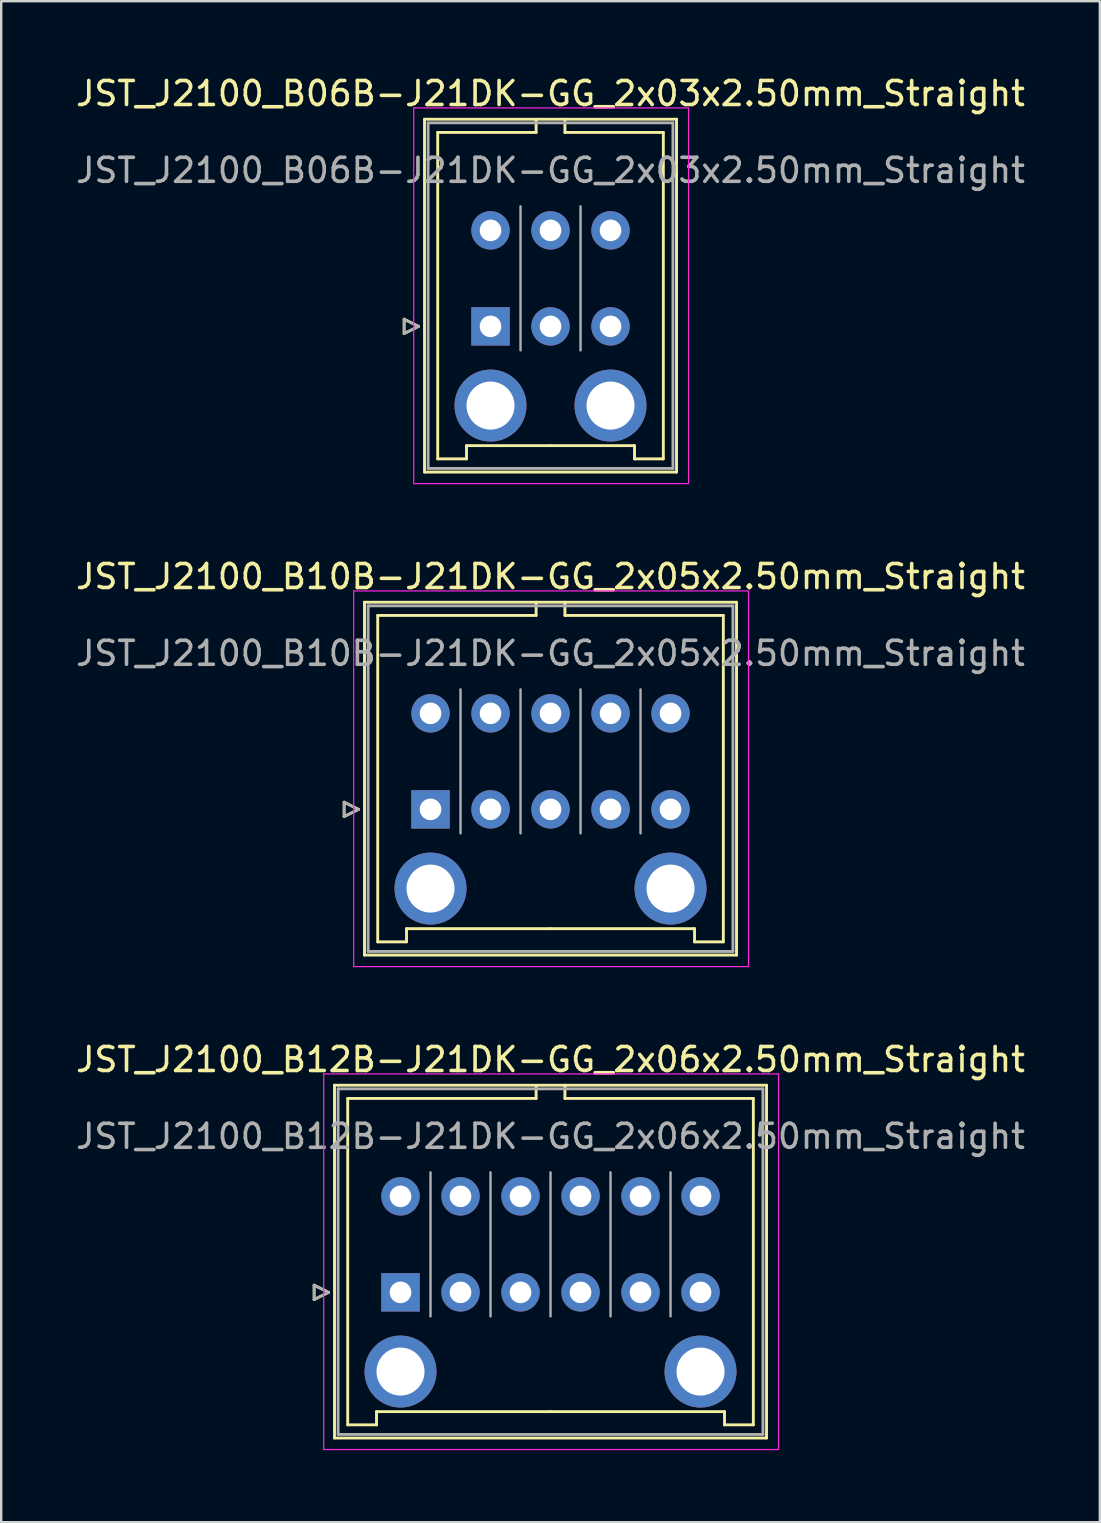
<source format=kicad_pcb>
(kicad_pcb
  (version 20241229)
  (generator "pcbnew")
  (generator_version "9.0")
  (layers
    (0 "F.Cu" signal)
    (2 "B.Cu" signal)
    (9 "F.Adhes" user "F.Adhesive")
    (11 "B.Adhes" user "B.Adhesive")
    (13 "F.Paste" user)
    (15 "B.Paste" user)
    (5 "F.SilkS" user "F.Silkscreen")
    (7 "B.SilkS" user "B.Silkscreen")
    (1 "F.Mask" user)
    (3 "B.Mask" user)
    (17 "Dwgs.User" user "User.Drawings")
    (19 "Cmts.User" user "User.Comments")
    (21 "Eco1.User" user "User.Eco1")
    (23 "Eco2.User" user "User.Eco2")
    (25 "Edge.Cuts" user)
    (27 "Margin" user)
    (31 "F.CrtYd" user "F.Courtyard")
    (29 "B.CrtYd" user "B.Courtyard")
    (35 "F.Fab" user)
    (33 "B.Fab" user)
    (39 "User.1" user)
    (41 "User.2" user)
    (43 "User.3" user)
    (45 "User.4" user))
  (footprint "JST_J2100_B10B-J21DK-GG_2x05x2.50mm_Straight"
    (layer "F.Cu")
    (at 14.887 30.672)
    (property "Reference" "JST_J2100_B10B-J21DK-GG_2x05x2.50mm_Straight" (at 5 -9.7 0) (layer "F.SilkS") (effects (font (size 1 1) (thickness 0.15))))
    (attr through_hole)
    (fp_line (start -3.6 -0.3) (end -3 0) (stroke (width 0.12) (type solid)) (layer "F.SilkS"))
    (fp_line (start -3.6 0.3) (end -3.6 -0.3) (stroke (width 0.12) (type solid)) (layer "F.SilkS"))
    (fp_line (start -3 0) (end -3.6 0.3) (stroke (width 0.12) (type solid)) (layer "F.SilkS"))
    (fp_line (start -2.75 -8.63) (end -2.75 6.07) (stroke (width 0.12) (type solid)) (layer "F.SilkS"))
    (fp_line (start -2.75 6.07) (end 12.75 6.07) (stroke (width 0.12) (type solid)) (layer "F.SilkS"))
    (fp_line (start -2.2 -8.08) (end -2.2 5.52) (stroke (width 0.12) (type solid)) (layer "F.SilkS"))
    (fp_line (start -2.2 5.52) (end -1 5.52) (stroke (width 0.12) (type solid)) (layer "F.SilkS"))
    (fp_line (start -1 4.97) (end 5 4.97) (stroke (width 0.12) (type solid)) (layer "F.SilkS"))
    (fp_line (start -1 5.52) (end -1 4.97) (stroke (width 0.12) (type solid)) (layer "F.SilkS"))
    (fp_line (start 4.4 -8.63) (end 4.4 -8.08) (stroke (width 0.12) (type solid)) (layer "F.SilkS"))
    (fp_line (start 4.4 -8.08) (end -2.2 -8.08) (stroke (width 0.12) (type solid)) (layer "F.SilkS"))
    (fp_line (start 5.6 -8.63) (end 5.6 -8.08) (stroke (width 0.12) (type solid)) (layer "F.SilkS"))
    (fp_line (start 5.6 -8.08) (end 12.2 -8.08) (stroke (width 0.12) (type solid)) (layer "F.SilkS"))
    (fp_line (start 11 4.97) (end 5 4.97) (stroke (width 0.12) (type solid)) (layer "F.SilkS"))
    (fp_line (start 11 5.52) (end 11 4.97) (stroke (width 0.12) (type solid)) (layer "F.SilkS"))
    (fp_line (start 12.2 -8.08) (end 12.2 5.52) (stroke (width 0.12) (type solid)) (layer "F.SilkS"))
    (fp_line (start 12.2 5.52) (end 11 5.52) (stroke (width 0.12) (type solid)) (layer "F.SilkS"))
    (fp_line (start 12.75 -8.63) (end -2.75 -8.63) (stroke (width 0.12) (type solid)) (layer "F.SilkS"))
    (fp_line (start 12.75 6.07) (end 12.75 -8.63) (stroke (width 0.12) (type solid)) (layer "F.SilkS"))
    (fp_line (start -3.2 -9.1) (end -3.2 6.55) (stroke (width 0.05) (type solid)) (layer "F.CrtYd"))
    (fp_line (start -3.2 6.55) (end 13.25 6.55) (stroke (width 0.05) (type solid)) (layer "F.CrtYd"))
    (fp_line (start 13.25 -9.1) (end -3.2 -9.1) (stroke (width 0.05) (type solid)) (layer "F.CrtYd"))
    (fp_line (start 13.25 6.55) (end 13.25 -9.1) (stroke (width 0.05) (type solid)) (layer "F.CrtYd"))
    (fp_line (start -3.6 -0.3) (end -3 0) (stroke (width 0.1) (type solid)) (layer "F.Fab"))
    (fp_line (start -3.6 0.3) (end -3.6 -0.3) (stroke (width 0.1) (type solid)) (layer "F.Fab"))
    (fp_line (start -3 0) (end -3.6 0.3) (stroke (width 0.1) (type solid)) (layer "F.Fab"))
    (fp_line (start -2.6 -8.48) (end -2.6 5.92) (stroke (width 0.12) (type solid)) (layer "F.Fab"))
    (fp_line (start -2.6 5.92) (end 12.6 5.92) (stroke (width 0.12) (type solid)) (layer "F.Fab"))
    (fp_line (start 1.25 1) (end 1.25 -5) (stroke (width 0.1) (type solid)) (layer "F.Fab"))
    (fp_line (start 3.75 1) (end 3.75 -5) (stroke (width 0.1) (type solid)) (layer "F.Fab"))
    (fp_line (start 6.25 1) (end 6.25 -5) (stroke (width 0.1) (type solid)) (layer "F.Fab"))
    (fp_line (start 8.75 1) (end 8.75 -5) (stroke (width 0.1) (type solid)) (layer "F.Fab"))
    (fp_line (start 12.6 -8.48) (end -2.6 -8.48) (stroke (width 0.12) (type solid)) (layer "F.Fab"))
    (fp_line (start 12.6 5.92) (end 12.6 -8.48) (stroke (width 0.12) (type solid)) (layer "F.Fab"))
    (fp_text user "${REFERENCE}" (at 5 -6.5 0) (layer "F.Fab") (effects (font (size 1 1) (thickness 0.15))))
    (pad "" thru_hole circle (at 0 3.3) (size 3 3) (drill 2) (layers "*.Cu" "*.Mask"))
    (pad "" thru_hole circle (at 10 3.3) (size 3 3) (drill 2) (layers "*.Cu" "*.Mask"))
    (pad "1" thru_hole rect (at 0 0) (size 1.6 1.6) (drill 0.9) (layers "*.Cu" "*.Mask"))
    (pad "2" thru_hole circle (at 0 -4) (size 1.6 1.6) (drill 0.9) (layers "*.Cu" "*.Mask"))
    (pad "3" thru_hole circle (at 2.5 0) (size 1.6 1.6) (drill 0.9) (layers "*.Cu" "*.Mask"))
    (pad "4" thru_hole circle (at 2.5 -4) (size 1.6 1.6) (drill 0.9) (layers "*.Cu" "*.Mask"))
    (pad "5" thru_hole circle (at 5 0) (size 1.6 1.6) (drill 0.9) (layers "*.Cu" "*.Mask"))
    (pad "6" thru_hole circle (at 5 -4) (size 1.6 1.6) (drill 0.9) (layers "*.Cu" "*.Mask"))
    (pad "7" thru_hole circle (at 7.5 0) (size 1.6 1.6) (drill 0.9) (layers "*.Cu" "*.Mask"))
    (pad "8" thru_hole circle (at 7.5 -4) (size 1.6 1.6) (drill 0.9) (layers "*.Cu" "*.Mask"))
    (pad "9" thru_hole circle (at 10 0) (size 1.6 1.6) (drill 0.9) (layers "*.Cu" "*.Mask"))
    (pad "10" thru_hole circle (at 10 -4) (size 1.6 1.6) (drill 0.9) (layers "*.Cu" "*.Mask")))
  (footprint "JST_J2100_B12B-J21DK-GG_2x06x2.50mm_Straight"
    (layer "F.Cu")
    (at 13.637 50.795)
    (property "Reference" "JST_J2100_B12B-J21DK-GG_2x06x2.50mm_Straight" (at 6.25 -9.7 0) (layer "F.SilkS") (effects (font (size 1 1) (thickness 0.15))))
    (attr through_hole)
    (fp_line (start -3.6 -0.3) (end -3 0) (stroke (width 0.12) (type solid)) (layer "F.SilkS"))
    (fp_line (start -3.6 0.3) (end -3.6 -0.3) (stroke (width 0.12) (type solid)) (layer "F.SilkS"))
    (fp_line (start -3 0) (end -3.6 0.3) (stroke (width 0.12) (type solid)) (layer "F.SilkS"))
    (fp_line (start -2.75 -8.63) (end -2.75 6.07) (stroke (width 0.12) (type solid)) (layer "F.SilkS"))
    (fp_line (start -2.75 6.07) (end 15.25 6.07) (stroke (width 0.12) (type solid)) (layer "F.SilkS"))
    (fp_line (start -2.2 -8.08) (end -2.2 5.52) (stroke (width 0.12) (type solid)) (layer "F.SilkS"))
    (fp_line (start -2.2 5.52) (end -1 5.52) (stroke (width 0.12) (type solid)) (layer "F.SilkS"))
    (fp_line (start -1 4.97) (end 6.25 4.97) (stroke (width 0.12) (type solid)) (layer "F.SilkS"))
    (fp_line (start -1 5.52) (end -1 4.97) (stroke (width 0.12) (type solid)) (layer "F.SilkS"))
    (fp_line (start 5.65 -8.63) (end 5.65 -8.08) (stroke (width 0.12) (type solid)) (layer "F.SilkS"))
    (fp_line (start 5.65 -8.08) (end -2.2 -8.08) (stroke (width 0.12) (type solid)) (layer "F.SilkS"))
    (fp_line (start 6.85 -8.63) (end 6.85 -8.08) (stroke (width 0.12) (type solid)) (layer "F.SilkS"))
    (fp_line (start 6.85 -8.08) (end 14.7 -8.08) (stroke (width 0.12) (type solid)) (layer "F.SilkS"))
    (fp_line (start 13.5 4.97) (end 6.25 4.97) (stroke (width 0.12) (type solid)) (layer "F.SilkS"))
    (fp_line (start 13.5 5.52) (end 13.5 4.97) (stroke (width 0.12) (type solid)) (layer "F.SilkS"))
    (fp_line (start 14.7 -8.08) (end 14.7 5.52) (stroke (width 0.12) (type solid)) (layer "F.SilkS"))
    (fp_line (start 14.7 5.52) (end 13.5 5.52) (stroke (width 0.12) (type solid)) (layer "F.SilkS"))
    (fp_line (start 15.25 -8.63) (end -2.75 -8.63) (stroke (width 0.12) (type solid)) (layer "F.SilkS"))
    (fp_line (start 15.25 6.07) (end 15.25 -8.63) (stroke (width 0.12) (type solid)) (layer "F.SilkS"))
    (fp_line (start -3.2 -9.1) (end -3.2 6.55) (stroke (width 0.05) (type solid)) (layer "F.CrtYd"))
    (fp_line (start -3.2 6.55) (end 15.75 6.55) (stroke (width 0.05) (type solid)) (layer "F.CrtYd"))
    (fp_line (start 15.75 -9.1) (end -3.2 -9.1) (stroke (width 0.05) (type solid)) (layer "F.CrtYd"))
    (fp_line (start 15.75 6.55) (end 15.75 -9.1) (stroke (width 0.05) (type solid)) (layer "F.CrtYd"))
    (fp_line (start -3.6 -0.3) (end -3 0) (stroke (width 0.1) (type solid)) (layer "F.Fab"))
    (fp_line (start -3.6 0.3) (end -3.6 -0.3) (stroke (width 0.1) (type solid)) (layer "F.Fab"))
    (fp_line (start -3 0) (end -3.6 0.3) (stroke (width 0.1) (type solid)) (layer "F.Fab"))
    (fp_line (start -2.6 -8.48) (end -2.6 5.92) (stroke (width 0.12) (type solid)) (layer "F.Fab"))
    (fp_line (start -2.6 5.92) (end 15.1 5.92) (stroke (width 0.12) (type solid)) (layer "F.Fab"))
    (fp_line (start 1.25 1) (end 1.25 -5) (stroke (width 0.1) (type solid)) (layer "F.Fab"))
    (fp_line (start 3.75 1) (end 3.75 -5) (stroke (width 0.1) (type solid)) (layer "F.Fab"))
    (fp_line (start 6.25 1) (end 6.25 -5) (stroke (width 0.1) (type solid)) (layer "F.Fab"))
    (fp_line (start 8.75 1) (end 8.75 -5) (stroke (width 0.1) (type solid)) (layer "F.Fab"))
    (fp_line (start 11.25 1) (end 11.25 -5) (stroke (width 0.1) (type solid)) (layer "F.Fab"))
    (fp_line (start 15.1 -8.48) (end -2.6 -8.48) (stroke (width 0.12) (type solid)) (layer "F.Fab"))
    (fp_line (start 15.1 5.92) (end 15.1 -8.48) (stroke (width 0.12) (type solid)) (layer "F.Fab"))
    (fp_text user "${REFERENCE}" (at 6.25 -6.5 0) (layer "F.Fab") (effects (font (size 1 1) (thickness 0.15))))
    (pad "" thru_hole circle (at 0 3.3) (size 3 3) (drill 2) (layers "*.Cu" "*.Mask"))
    (pad "" thru_hole circle (at 12.5 3.3) (size 3 3) (drill 2) (layers "*.Cu" "*.Mask"))
    (pad "1" thru_hole rect (at 0 0) (size 1.6 1.6) (drill 0.9) (layers "*.Cu" "*.Mask"))
    (pad "2" thru_hole circle (at 0 -4) (size 1.6 1.6) (drill 0.9) (layers "*.Cu" "*.Mask"))
    (pad "3" thru_hole circle (at 2.5 0) (size 1.6 1.6) (drill 0.9) (layers "*.Cu" "*.Mask"))
    (pad "4" thru_hole circle (at 2.5 -4) (size 1.6 1.6) (drill 0.9) (layers "*.Cu" "*.Mask"))
    (pad "5" thru_hole circle (at 5 0) (size 1.6 1.6) (drill 0.9) (layers "*.Cu" "*.Mask"))
    (pad "6" thru_hole circle (at 5 -4) (size 1.6 1.6) (drill 0.9) (layers "*.Cu" "*.Mask"))
    (pad "7" thru_hole circle (at 7.5 0) (size 1.6 1.6) (drill 0.9) (layers "*.Cu" "*.Mask"))
    (pad "8" thru_hole circle (at 7.5 -4) (size 1.6 1.6) (drill 0.9) (layers "*.Cu" "*.Mask"))
    (pad "9" thru_hole circle (at 10 0) (size 1.6 1.6) (drill 0.9) (layers "*.Cu" "*.Mask"))
    (pad "10" thru_hole circle (at 10 -4) (size 1.6 1.6) (drill 0.9) (layers "*.Cu" "*.Mask"))
    (pad "11" thru_hole circle (at 12.5 0) (size 1.6 1.6) (drill 0.9) (layers "*.Cu" "*.Mask"))
    (pad "12" thru_hole circle (at 12.5 -4) (size 1.6 1.6) (drill 0.9) (layers "*.Cu" "*.Mask")))
  (footprint "JST_J2100_B06B-J21DK-GG_2x03x2.50mm_Straight"
    (layer "F.Cu")
    (at 17.387 10.548)
    (property "Reference" "JST_J2100_B06B-J21DK-GG_2x03x2.50mm_Straight" (at 2.5 -9.7 0) (layer "F.SilkS") (effects (font (size 1 1) (thickness 0.15))))
    (attr through_hole)
    (fp_line (start -3.6 -0.3) (end -3 0) (stroke (width 0.12) (type solid)) (layer "F.SilkS"))
    (fp_line (start -3.6 0.3) (end -3.6 -0.3) (stroke (width 0.12) (type solid)) (layer "F.SilkS"))
    (fp_line (start -3 0) (end -3.6 0.3) (stroke (width 0.12) (type solid)) (layer "F.SilkS"))
    (fp_line (start -2.75 -8.63) (end -2.75 6.07) (stroke (width 0.12) (type solid)) (layer "F.SilkS"))
    (fp_line (start -2.75 6.07) (end 7.75 6.07) (stroke (width 0.12) (type solid)) (layer "F.SilkS"))
    (fp_line (start -2.2 -8.08) (end -2.2 5.52) (stroke (width 0.12) (type solid)) (layer "F.SilkS"))
    (fp_line (start -2.2 5.52) (end -1 5.52) (stroke (width 0.12) (type solid)) (layer "F.SilkS"))
    (fp_line (start -1 4.97) (end 2.5 4.97) (stroke (width 0.12) (type solid)) (layer "F.SilkS"))
    (fp_line (start -1 5.52) (end -1 4.97) (stroke (width 0.12) (type solid)) (layer "F.SilkS"))
    (fp_line (start 1.9 -8.63) (end 1.9 -8.08) (stroke (width 0.12) (type solid)) (layer "F.SilkS"))
    (fp_line (start 1.9 -8.08) (end -2.2 -8.08) (stroke (width 0.12) (type solid)) (layer "F.SilkS"))
    (fp_line (start 3.1 -8.63) (end 3.1 -8.08) (stroke (width 0.12) (type solid)) (layer "F.SilkS"))
    (fp_line (start 3.1 -8.08) (end 7.2 -8.08) (stroke (width 0.12) (type solid)) (layer "F.SilkS"))
    (fp_line (start 6 4.97) (end 2.5 4.97) (stroke (width 0.12) (type solid)) (layer "F.SilkS"))
    (fp_line (start 6 5.52) (end 6 4.97) (stroke (width 0.12) (type solid)) (layer "F.SilkS"))
    (fp_line (start 7.2 -8.08) (end 7.2 5.52) (stroke (width 0.12) (type solid)) (layer "F.SilkS"))
    (fp_line (start 7.2 5.52) (end 6 5.52) (stroke (width 0.12) (type solid)) (layer "F.SilkS"))
    (fp_line (start 7.75 -8.63) (end -2.75 -8.63) (stroke (width 0.12) (type solid)) (layer "F.SilkS"))
    (fp_line (start 7.75 6.07) (end 7.75 -8.63) (stroke (width 0.12) (type solid)) (layer "F.SilkS"))
    (fp_line (start -3.2 -9.1) (end -3.2 6.55) (stroke (width 0.05) (type solid)) (layer "F.CrtYd"))
    (fp_line (start -3.2 6.55) (end 8.25 6.55) (stroke (width 0.05) (type solid)) (layer "F.CrtYd"))
    (fp_line (start 8.25 -9.1) (end -3.2 -9.1) (stroke (width 0.05) (type solid)) (layer "F.CrtYd"))
    (fp_line (start 8.25 6.55) (end 8.25 -9.1) (stroke (width 0.05) (type solid)) (layer "F.CrtYd"))
    (fp_line (start -3.6 -0.3) (end -3 0) (stroke (width 0.1) (type solid)) (layer "F.Fab"))
    (fp_line (start -3.6 0.3) (end -3.6 -0.3) (stroke (width 0.1) (type solid)) (layer "F.Fab"))
    (fp_line (start -3 0) (end -3.6 0.3) (stroke (width 0.1) (type solid)) (layer "F.Fab"))
    (fp_line (start -2.6 -8.48) (end -2.6 5.92) (stroke (width 0.12) (type solid)) (layer "F.Fab"))
    (fp_line (start -2.6 5.92) (end 7.6 5.92) (stroke (width 0.12) (type solid)) (layer "F.Fab"))
    (fp_line (start 1.25 1) (end 1.25 -5) (stroke (width 0.1) (type solid)) (layer "F.Fab"))
    (fp_line (start 3.75 1) (end 3.75 -5) (stroke (width 0.1) (type solid)) (layer "F.Fab"))
    (fp_line (start 7.6 -8.48) (end -2.6 -8.48) (stroke (width 0.12) (type solid)) (layer "F.Fab"))
    (fp_line (start 7.6 5.92) (end 7.6 -8.48) (stroke (width 0.12) (type solid)) (layer "F.Fab"))
    (fp_text user "${REFERENCE}" (at 2.5 -6.5 0) (layer "F.Fab") (effects (font (size 1 1) (thickness 0.15))))
    (pad "" thru_hole circle (at 0 3.3) (size 3 3) (drill 2) (layers "*.Cu" "*.Mask"))
    (pad "" thru_hole circle (at 5 3.3) (size 3 3) (drill 2) (layers "*.Cu" "*.Mask"))
    (pad "1" thru_hole rect (at 0 0) (size 1.6 1.6) (drill 0.9) (layers "*.Cu" "*.Mask"))
    (pad "2" thru_hole circle (at 0 -4) (size 1.6 1.6) (drill 0.9) (layers "*.Cu" "*.Mask"))
    (pad "3" thru_hole circle (at 2.5 0) (size 1.6 1.6) (drill 0.9) (layers "*.Cu" "*.Mask"))
    (pad "4" thru_hole circle (at 2.5 -4) (size 1.6 1.6) (drill 0.9) (layers "*.Cu" "*.Mask"))
    (pad "5" thru_hole circle (at 5 0) (size 1.6 1.6) (drill 0.9) (layers "*.Cu" "*.Mask"))
    (pad "6" thru_hole circle (at 5 -4) (size 1.6 1.6) (drill 0.9) (layers "*.Cu" "*.Mask")))
  (gr_rect
    (start -3 -3)
    (end 42.774 60.37)
    (stroke (width 0.1) (type default))
    (fill no)
    (layer "Edge.Cuts")))
</source>
